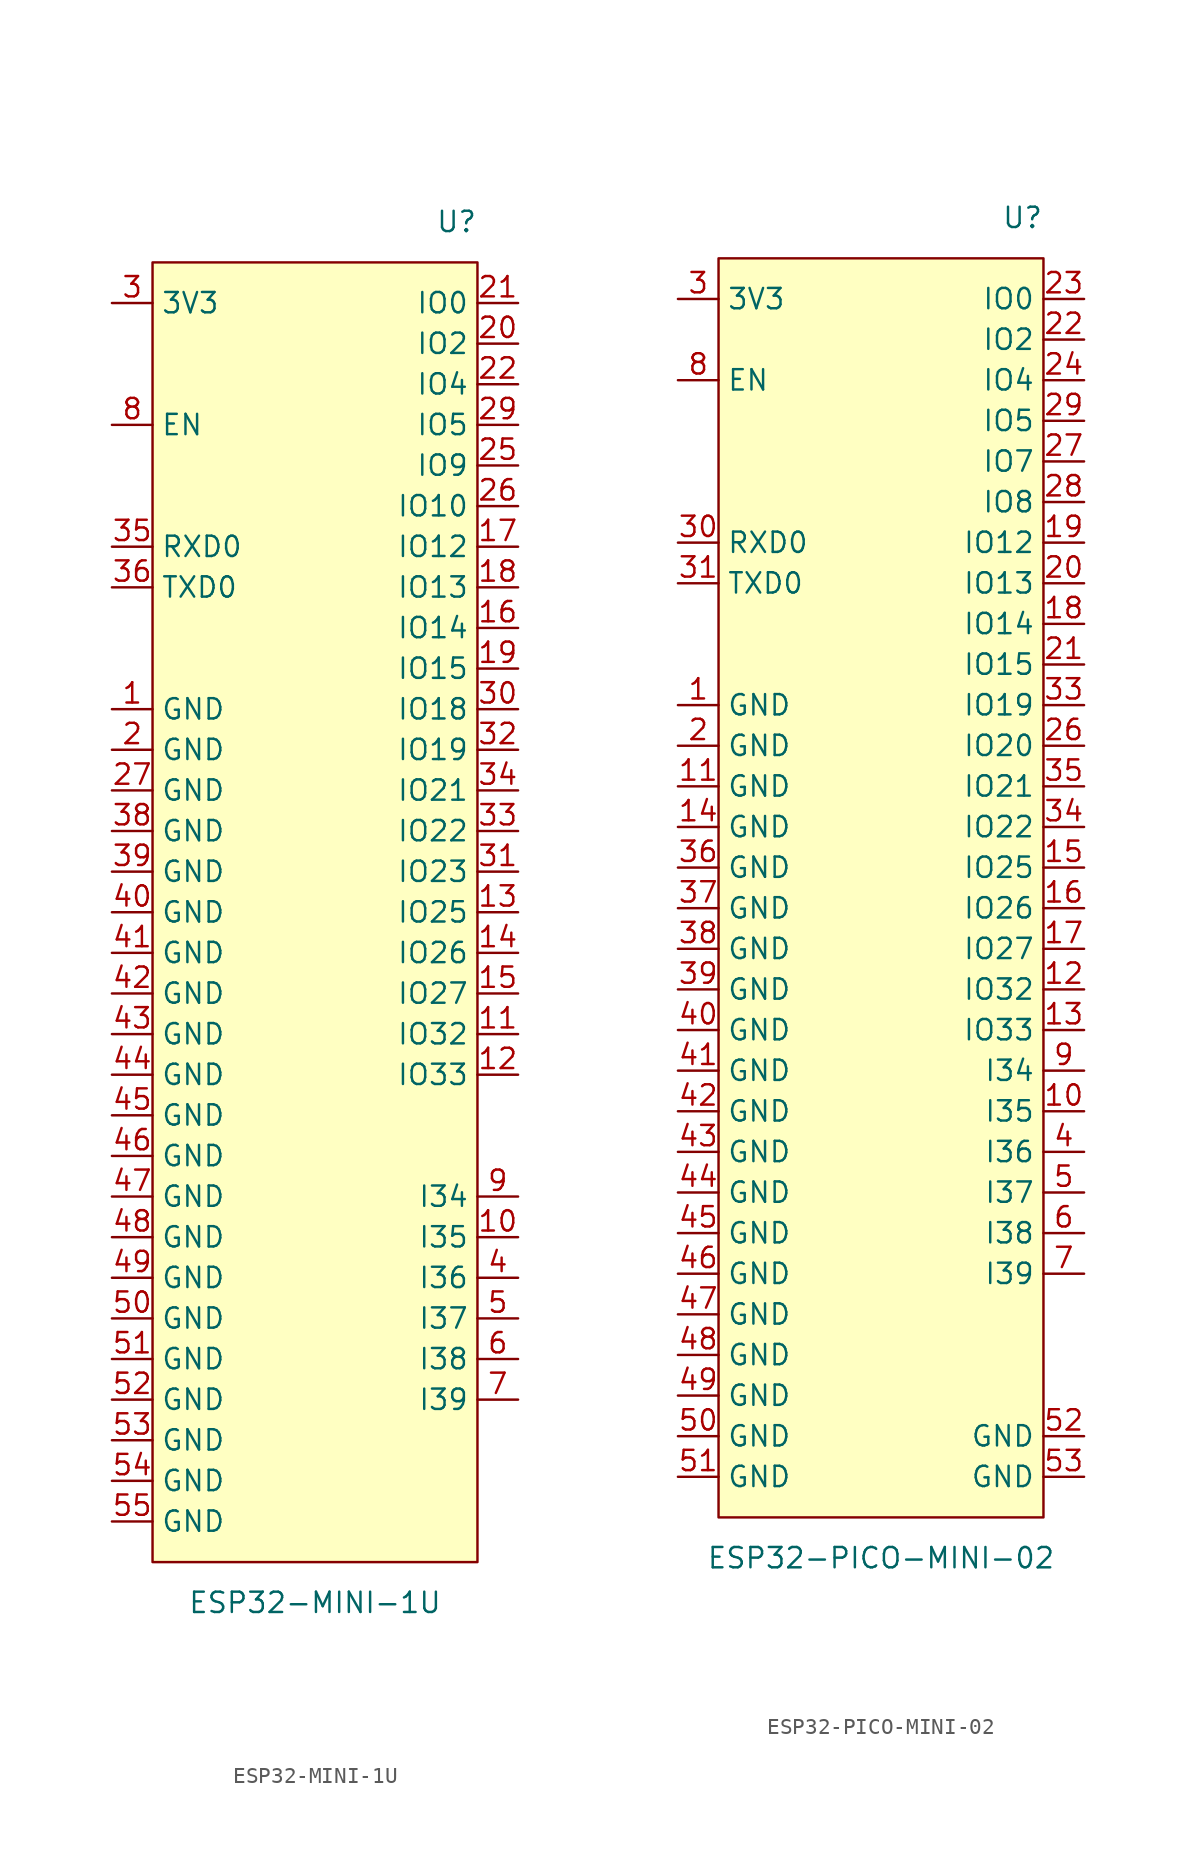
<source format=kicad_sym>
(kicad_symbol_lib
  (version 20231120)
  (generator "kicad_symbol_editor")
  (generator_version "8.0")
  (symbol "ESP32-MINI-1U"
    (property "Reference" "U"
      (at 10.16 43.18 0)
      (effects (font (size 1.27 1.27)) (justify right)))
    (property "Value" "ESP32-MINI-1U"
      (at 0 -43.18 0)
      (effects (font (size 1.27 1.27))))
    (symbol "ESP32-MINI-1U_0_0"
      (pin power_in line (at -12.7 12.7 0) (length 2.54) (name "GND" (effects (font (size 1.27 1.27)))) (number "1" (effects (font (size 1.27 1.27)))))
      (pin input line (at 12.7 -20.32 180) (length 2.54) (name "I35" (effects (font (size 1.27 1.27)))) (number "10" (effects (font (size 1.27 1.27)))))
      (pin bidirectional line (at 12.7 -7.62 180) (length 2.54) (name "IO32" (effects (font (size 1.27 1.27)))) (number "11" (effects (font (size 1.27 1.27)))))
      (pin bidirectional line (at 12.7 -10.16 180) (length 2.54) (name "IO33" (effects (font (size 1.27 1.27)))) (number "12" (effects (font (size 1.27 1.27)))))
      (pin bidirectional line (at 12.7 0 180) (length 2.54) (name "IO25" (effects (font (size 1.27 1.27)))) (number "13" (effects (font (size 1.27 1.27)))))
      (pin bidirectional line (at 12.7 -2.54 180) (length 2.54) (name "IO26" (effects (font (size 1.27 1.27)))) (number "14" (effects (font (size 1.27 1.27)))))
      (pin bidirectional line (at 12.7 -5.08 180) (length 2.54) (name "IO27" (effects (font (size 1.27 1.27)))) (number "15" (effects (font (size 1.27 1.27)))))
      (pin bidirectional line (at 12.7 17.78 180) (length 2.54) (name "IO14" (effects (font (size 1.27 1.27)))) (number "16" (effects (font (size 1.27 1.27)))))
      (pin bidirectional line (at 12.7 22.86 180) (length 2.54) (name "IO12" (effects (font (size 1.27 1.27)))) (number "17" (effects (font (size 1.27 1.27)))))
      (pin bidirectional line (at 12.7 20.32 180) (length 2.54) (name "IO13" (effects (font (size 1.27 1.27)))) (number "18" (effects (font (size 1.27 1.27)))))
      (pin bidirectional line (at 12.7 15.24 180) (length 2.54) (name "IO15" (effects (font (size 1.27 1.27)))) (number "19" (effects (font (size 1.27 1.27)))))
      (pin power_in line (at -12.7 10.16 0) (length 2.54) (name "GND" (effects (font (size 1.27 1.27)))) (number "2" (effects (font (size 1.27 1.27)))))
      (pin bidirectional line (at 12.7 35.56 180) (length 2.54) (name "IO2" (effects (font (size 1.27 1.27)))) (number "20" (effects (font (size 1.27 1.27)))))
      (pin bidirectional line (at 12.7 38.1 180) (length 2.54) (name "IO0" (effects (font (size 1.27 1.27)))) (number "21" (effects (font (size 1.27 1.27)))))
      (pin bidirectional line (at 12.7 33.02 180) (length 2.54) (name "IO4" (effects (font (size 1.27 1.27)))) (number "22" (effects (font (size 1.27 1.27)))))
      (pin bidirectional line (at 12.7 27.94 180) (length 2.54) (name "IO9" (effects (font (size 1.27 1.27)))) (number "25" (effects (font (size 1.27 1.27)))))
      (pin bidirectional line (at 12.7 25.4 180) (length 2.54) (name "IO10" (effects (font (size 1.27 1.27)))) (number "26" (effects (font (size 1.27 1.27)))))
      (pin power_in line (at -12.7 7.62 0) (length 2.54) (name "GND" (effects (font (size 1.27 1.27)))) (number "27" (effects (font (size 1.27 1.27)))))
      (pin bidirectional line (at 12.7 30.48 180) (length 2.54) (name "IO5" (effects (font (size 1.27 1.27)))) (number "29" (effects (font (size 1.27 1.27)))))
      (pin power_in line (at -12.7 38.1 0) (length 2.54) (name "3V3" (effects (font (size 1.27 1.27)))) (number "3" (effects (font (size 1.27 1.27)))))
      (pin bidirectional line (at 12.7 12.7 180) (length 2.54) (name "IO18" (effects (font (size 1.27 1.27)))) (number "30" (effects (font (size 1.27 1.27)))))
      (pin bidirectional line (at 12.7 2.54 180) (length 2.54) (name "IO23" (effects (font (size 1.27 1.27)))) (number "31" (effects (font (size 1.27 1.27)))))
      (pin bidirectional line (at 12.7 10.16 180) (length 2.54) (name "IO19" (effects (font (size 1.27 1.27)))) (number "32" (effects (font (size 1.27 1.27)))))
      (pin bidirectional line (at 12.7 5.08 180) (length 2.54) (name "IO22" (effects (font (size 1.27 1.27)))) (number "33" (effects (font (size 1.27 1.27)))))
      (pin bidirectional line (at 12.7 7.62 180) (length 2.54) (name "IO21" (effects (font (size 1.27 1.27)))) (number "34" (effects (font (size 1.27 1.27)))))
      (pin bidirectional line (at -12.7 22.86 0) (length 2.54) (name "RXD0" (effects (font (size 1.27 1.27)))) (number "35" (effects (font (size 1.27 1.27)))))
      (pin bidirectional line (at -12.7 20.32 0) (length 2.54) (name "TXD0" (effects (font (size 1.27 1.27)))) (number "36" (effects (font (size 1.27 1.27)))))
      (pin power_in line (at -12.7 5.08 0) (length 2.54) (name "GND" (effects (font (size 1.27 1.27)))) (number "38" (effects (font (size 1.27 1.27)))))
      (pin power_in line (at -12.7 2.54 0) (length 2.54) (name "GND" (effects (font (size 1.27 1.27)))) (number "39" (effects (font (size 1.27 1.27)))))
      (pin input line (at 12.7 -22.86 180) (length 2.54) (name "I36" (effects (font (size 1.27 1.27)))) (number "4" (effects (font (size 1.27 1.27)))))
      (pin power_in line (at -12.7 0 0) (length 2.54) (name "GND" (effects (font (size 1.27 1.27)))) (number "40" (effects (font (size 1.27 1.27)))))
      (pin power_in line (at -12.7 -2.54 0) (length 2.54) (name "GND" (effects (font (size 1.27 1.27)))) (number "41" (effects (font (size 1.27 1.27)))))
      (pin power_in line (at -12.7 -5.08 0) (length 2.54) (name "GND" (effects (font (size 1.27 1.27)))) (number "42" (effects (font (size 1.27 1.27)))))
      (pin power_in line (at -12.7 -7.62 0) (length 2.54) (name "GND" (effects (font (size 1.27 1.27)))) (number "43" (effects (font (size 1.27 1.27)))))
      (pin power_in line (at -12.7 -10.16 0) (length 2.54) (name "GND" (effects (font (size 1.27 1.27)))) (number "44" (effects (font (size 1.27 1.27)))))
      (pin power_in line (at -12.7 -12.7 0) (length 2.54) (name "GND" (effects (font (size 1.27 1.27)))) (number "45" (effects (font (size 1.27 1.27)))))
      (pin power_in line (at -12.7 -15.24 0) (length 2.54) (name "GND" (effects (font (size 1.27 1.27)))) (number "46" (effects (font (size 1.27 1.27)))))
      (pin power_in line (at -12.7 -17.78 0) (length 2.54) (name "GND" (effects (font (size 1.27 1.27)))) (number "47" (effects (font (size 1.27 1.27)))))
      (pin power_in line (at -12.7 -20.32 0) (length 2.54) (name "GND" (effects (font (size 1.27 1.27)))) (number "48" (effects (font (size 1.27 1.27)))))
      (pin power_in line (at -12.7 -22.86 0) (length 2.54) (name "GND" (effects (font (size 1.27 1.27)))) (number "49" (effects (font (size 1.27 1.27)))))
      (pin input line (at 12.7 -25.4 180) (length 2.54) (name "I37" (effects (font (size 1.27 1.27)))) (number "5" (effects (font (size 1.27 1.27)))))
      (pin power_in line (at -12.7 -25.4 0) (length 2.54) (name "GND" (effects (font (size 1.27 1.27)))) (number "50" (effects (font (size 1.27 1.27)))))
      (pin power_in line (at -12.7 -27.94 0) (length 2.54) (name "GND" (effects (font (size 1.27 1.27)))) (number "51" (effects (font (size 1.27 1.27)))))
      (pin power_in line (at -12.7 -30.48 0) (length 2.54) (name "GND" (effects (font (size 1.27 1.27)))) (number "52" (effects (font (size 1.27 1.27)))))
      (pin power_in line (at -12.7 -33.02 0) (length 2.54) (name "GND" (effects (font (size 1.27 1.27)))) (number "53" (effects (font (size 1.27 1.27)))))
      (pin power_in line (at -12.7 -35.56 0) (length 2.54) (name "GND" (effects (font (size 1.27 1.27)))) (number "54" (effects (font (size 1.27 1.27)))))
      (pin power_in line (at -12.7 -38.1 0) (length 2.54) (name "GND" (effects (font (size 1.27 1.27)))) (number "55" (effects (font (size 1.27 1.27)))))
      (pin input line (at 12.7 -27.94 180) (length 2.54) (name "I38" (effects (font (size 1.27 1.27)))) (number "6" (effects (font (size 1.27 1.27)))))
      (pin input line (at 12.7 -30.48 180) (length 2.54) (name "I39" (effects (font (size 1.27 1.27)))) (number "7" (effects (font (size 1.27 1.27)))))
      (pin input line (at -12.7 30.48 0) (length 2.54) (name "EN" (effects (font (size 1.27 1.27)))) (number "8" (effects (font (size 1.27 1.27)))))
      (pin input line (at 12.7 -17.78 180) (length 2.54) (name "I34" (effects (font (size 1.27 1.27)))) (number "9" (effects (font (size 1.27 1.27))))))
    (symbol "ESP32-MINI-1U_1_0"
      (pin no_connect line (at 0 0 0) (length 2.54) hide (name "NC" (effects (font (size 1.27 1.27)))) (number "23" (effects (font (size 1.27 1.27)))))
      (pin no_connect line (at 0 0 0) (length 2.54) hide (name "NC" (effects (font (size 1.27 1.27)))) (number "24" (effects (font (size 1.27 1.27)))))
      (pin no_connect line (at 0 0 0) (length 2.54) hide (name "NC" (effects (font (size 1.27 1.27)))) (number "28" (effects (font (size 1.27 1.27)))))
      (pin no_connect line (at 0 0 0) (length 2.54) hide (name "NC" (effects (font (size 1.27 1.27)))) (number "37" (effects (font (size 1.27 1.27))))))
    (symbol "ESP32-MINI-1U_1_1"
      (rectangle (start -10.16 40.64) (end 10.16 -40.64) (stroke (width 0) (type default)) (fill (type background)))))
  (symbol "ESP32-PICO-MINI-02"
    (property "Reference" "U"
      (at 10.16 41.91 0)
      (effects (font (size 1.27 1.27)) (justify right)))
    (property "Value" "ESP32-PICO-MINI-02"
      (at 0 -41.91 0)
      (effects (font (size 1.27 1.27))))
    (symbol "ESP32-PICO-MINI-02_0_0"
      (pin power_in line (at -12.7 11.43 0) (length 2.54) (name "GND" (effects (font (size 1.27 1.27)))) (number "1" (effects (font (size 1.27 1.27)))))
      (pin input line (at 12.7 -13.97 180) (length 2.54) (name "I35" (effects (font (size 1.27 1.27)))) (number "10" (effects (font (size 1.27 1.27)))))
      (pin power_in line (at -12.7 6.35 0) (length 2.54) (name "GND" (effects (font (size 1.27 1.27)))) (number "11" (effects (font (size 1.27 1.27)))))
      (pin bidirectional line (at 12.7 -6.35 180) (length 2.54) (name "IO32" (effects (font (size 1.27 1.27)))) (number "12" (effects (font (size 1.27 1.27)))))
      (pin bidirectional line (at 12.7 -8.89 180) (length 2.54) (name "IO33" (effects (font (size 1.27 1.27)))) (number "13" (effects (font (size 1.27 1.27)))))
      (pin power_in line (at -12.7 3.81 0) (length 2.54) (name "GND" (effects (font (size 1.27 1.27)))) (number "14" (effects (font (size 1.27 1.27)))))
      (pin bidirectional line (at 12.7 1.27 180) (length 2.54) (name "IO25" (effects (font (size 1.27 1.27)))) (number "15" (effects (font (size 1.27 1.27)))))
      (pin bidirectional line (at 12.7 -1.27 180) (length 2.54) (name "IO26" (effects (font (size 1.27 1.27)))) (number "16" (effects (font (size 1.27 1.27)))))
      (pin bidirectional line (at 12.7 -3.81 180) (length 2.54) (name "IO27" (effects (font (size 1.27 1.27)))) (number "17" (effects (font (size 1.27 1.27)))))
      (pin bidirectional line (at 12.7 16.51 180) (length 2.54) (name "IO14" (effects (font (size 1.27 1.27)))) (number "18" (effects (font (size 1.27 1.27)))))
      (pin bidirectional line (at 12.7 21.59 180) (length 2.54) (name "IO12" (effects (font (size 1.27 1.27)))) (number "19" (effects (font (size 1.27 1.27)))))
      (pin power_in line (at -12.7 8.89 0) (length 2.54) (name "GND" (effects (font (size 1.27 1.27)))) (number "2" (effects (font (size 1.27 1.27)))))
      (pin bidirectional line (at 12.7 19.05 180) (length 2.54) (name "IO13" (effects (font (size 1.27 1.27)))) (number "20" (effects (font (size 1.27 1.27)))))
      (pin bidirectional line (at 12.7 13.97 180) (length 2.54) (name "IO15" (effects (font (size 1.27 1.27)))) (number "21" (effects (font (size 1.27 1.27)))))
      (pin bidirectional line (at 12.7 34.29 180) (length 2.54) (name "IO2" (effects (font (size 1.27 1.27)))) (number "22" (effects (font (size 1.27 1.27)))))
      (pin bidirectional line (at 12.7 36.83 180) (length 2.54) (name "IO0" (effects (font (size 1.27 1.27)))) (number "23" (effects (font (size 1.27 1.27)))))
      (pin bidirectional line (at 12.7 31.75 180) (length 2.54) (name "IO4" (effects (font (size 1.27 1.27)))) (number "24" (effects (font (size 1.27 1.27)))))
      (pin bidirectional line (at 12.7 8.89 180) (length 2.54) (name "IO20" (effects (font (size 1.27 1.27)))) (number "26" (effects (font (size 1.27 1.27)))))
      (pin bidirectional line (at 12.7 26.67 180) (length 2.54) (name "IO7" (effects (font (size 1.27 1.27)))) (number "27" (effects (font (size 1.27 1.27)))))
      (pin bidirectional line (at 12.7 24.13 180) (length 2.54) (name "IO8" (effects (font (size 1.27 1.27)))) (number "28" (effects (font (size 1.27 1.27)))))
      (pin bidirectional line (at 12.7 29.21 180) (length 2.54) (name "IO5" (effects (font (size 1.27 1.27)))) (number "29" (effects (font (size 1.27 1.27)))))
      (pin power_in line (at -12.7 36.83 0) (length 2.54) (name "3V3" (effects (font (size 1.27 1.27)))) (number "3" (effects (font (size 1.27 1.27)))))
      (pin bidirectional line (at -12.7 21.59 0) (length 2.54) (name "RXD0" (effects (font (size 1.27 1.27)))) (number "30" (effects (font (size 1.27 1.27)))))
      (pin bidirectional line (at -12.7 19.05 0) (length 2.54) (name "TXD0" (effects (font (size 1.27 1.27)))) (number "31" (effects (font (size 1.27 1.27)))))
      (pin bidirectional line (at 12.7 11.43 180) (length 2.54) (name "IO19" (effects (font (size 1.27 1.27)))) (number "33" (effects (font (size 1.27 1.27)))))
      (pin bidirectional line (at 12.7 3.81 180) (length 2.54) (name "IO22" (effects (font (size 1.27 1.27)))) (number "34" (effects (font (size 1.27 1.27)))))
      (pin bidirectional line (at 12.7 6.35 180) (length 2.54) (name "IO21" (effects (font (size 1.27 1.27)))) (number "35" (effects (font (size 1.27 1.27)))))
      (pin power_in line (at -12.7 1.27 0) (length 2.54) (name "GND" (effects (font (size 1.27 1.27)))) (number "36" (effects (font (size 1.27 1.27)))))
      (pin power_in line (at -12.7 -1.27 0) (length 2.54) (name "GND" (effects (font (size 1.27 1.27)))) (number "37" (effects (font (size 1.27 1.27)))))
      (pin power_in line (at -12.7 -3.81 0) (length 2.54) (name "GND" (effects (font (size 1.27 1.27)))) (number "38" (effects (font (size 1.27 1.27)))))
      (pin power_in line (at -12.7 -6.35 0) (length 2.54) (name "GND" (effects (font (size 1.27 1.27)))) (number "39" (effects (font (size 1.27 1.27)))))
      (pin input line (at 12.7 -16.51 180) (length 2.54) (name "I36" (effects (font (size 1.27 1.27)))) (number "4" (effects (font (size 1.27 1.27)))))
      (pin power_in line (at -12.7 -8.89 0) (length 2.54) (name "GND" (effects (font (size 1.27 1.27)))) (number "40" (effects (font (size 1.27 1.27)))))
      (pin power_in line (at -12.7 -11.43 0) (length 2.54) (name "GND" (effects (font (size 1.27 1.27)))) (number "41" (effects (font (size 1.27 1.27)))))
      (pin power_in line (at -12.7 -13.97 0) (length 2.54) (name "GND" (effects (font (size 1.27 1.27)))) (number "42" (effects (font (size 1.27 1.27)))))
      (pin power_in line (at -12.7 -16.51 0) (length 2.54) (name "GND" (effects (font (size 1.27 1.27)))) (number "43" (effects (font (size 1.27 1.27)))))
      (pin power_in line (at -12.7 -19.05 0) (length 2.54) (name "GND" (effects (font (size 1.27 1.27)))) (number "44" (effects (font (size 1.27 1.27)))))
      (pin power_in line (at -12.7 -21.59 0) (length 2.54) (name "GND" (effects (font (size 1.27 1.27)))) (number "45" (effects (font (size 1.27 1.27)))))
      (pin power_in line (at -12.7 -24.13 0) (length 2.54) (name "GND" (effects (font (size 1.27 1.27)))) (number "46" (effects (font (size 1.27 1.27)))))
      (pin power_in line (at -12.7 -26.67 0) (length 2.54) (name "GND" (effects (font (size 1.27 1.27)))) (number "47" (effects (font (size 1.27 1.27)))))
      (pin power_in line (at -12.7 -29.21 0) (length 2.54) (name "GND" (effects (font (size 1.27 1.27)))) (number "48" (effects (font (size 1.27 1.27)))))
      (pin power_in line (at -12.7 -31.75 0) (length 2.54) (name "GND" (effects (font (size 1.27 1.27)))) (number "49" (effects (font (size 1.27 1.27)))))
      (pin input line (at 12.7 -19.05 180) (length 2.54) (name "I37" (effects (font (size 1.27 1.27)))) (number "5" (effects (font (size 1.27 1.27)))))
      (pin power_in line (at -12.7 -34.29 0) (length 2.54) (name "GND" (effects (font (size 1.27 1.27)))) (number "50" (effects (font (size 1.27 1.27)))))
      (pin power_in line (at -12.7 -36.83 0) (length 2.54) (name "GND" (effects (font (size 1.27 1.27)))) (number "51" (effects (font (size 1.27 1.27)))))
      (pin power_in line (at 12.7 -34.29 180) (length 2.54) (name "GND" (effects (font (size 1.27 1.27)))) (number "52" (effects (font (size 1.27 1.27)))))
      (pin power_in line (at 12.7 -36.83 180) (length 2.54) (name "GND" (effects (font (size 1.27 1.27)))) (number "53" (effects (font (size 1.27 1.27)))))
      (pin input line (at 12.7 -21.59 180) (length 2.54) (name "I38" (effects (font (size 1.27 1.27)))) (number "6" (effects (font (size 1.27 1.27)))))
      (pin input line (at 12.7 -24.13 180) (length 2.54) (name "I39" (effects (font (size 1.27 1.27)))) (number "7" (effects (font (size 1.27 1.27)))))
      (pin input line (at -12.7 31.75 0) (length 2.54) (name "EN" (effects (font (size 1.27 1.27)))) (number "8" (effects (font (size 1.27 1.27)))))
      (pin input line (at 12.7 -11.43 180) (length 2.54) (name "I34" (effects (font (size 1.27 1.27)))) (number "9" (effects (font (size 1.27 1.27))))))
    (symbol "ESP32-PICO-MINI-02_1_0"
      (pin no_connect line (at 0 0 0) (length 2.54) hide (name "NC" (effects (font (size 1.27 1.27)))) (number "25" (effects (font (size 1.27 1.27)))))
      (pin no_connect line (at 0 0 0) (length 2.54) hide (name "NC" (effects (font (size 1.27 1.27)))) (number "32" (effects (font (size 1.27 1.27))))))
    (symbol "ESP32-PICO-MINI-02_1_1"
      (rectangle (start -10.16 39.37) (end 10.16 -39.37) (stroke (width 0) (type default)) (fill (type background))))))
</source>
